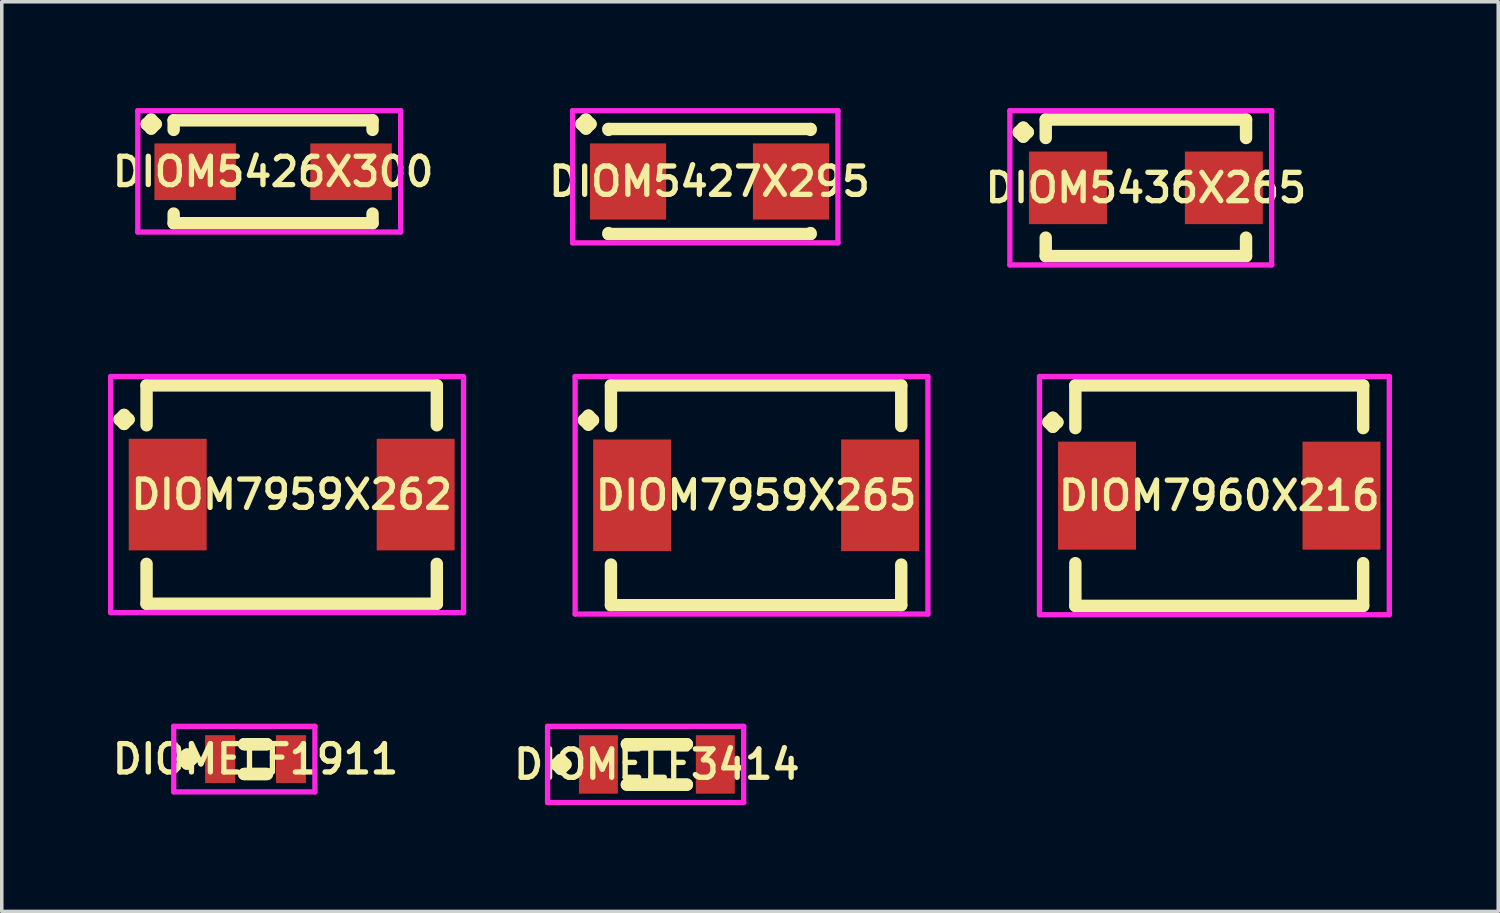
<source format=kicad_pcb>
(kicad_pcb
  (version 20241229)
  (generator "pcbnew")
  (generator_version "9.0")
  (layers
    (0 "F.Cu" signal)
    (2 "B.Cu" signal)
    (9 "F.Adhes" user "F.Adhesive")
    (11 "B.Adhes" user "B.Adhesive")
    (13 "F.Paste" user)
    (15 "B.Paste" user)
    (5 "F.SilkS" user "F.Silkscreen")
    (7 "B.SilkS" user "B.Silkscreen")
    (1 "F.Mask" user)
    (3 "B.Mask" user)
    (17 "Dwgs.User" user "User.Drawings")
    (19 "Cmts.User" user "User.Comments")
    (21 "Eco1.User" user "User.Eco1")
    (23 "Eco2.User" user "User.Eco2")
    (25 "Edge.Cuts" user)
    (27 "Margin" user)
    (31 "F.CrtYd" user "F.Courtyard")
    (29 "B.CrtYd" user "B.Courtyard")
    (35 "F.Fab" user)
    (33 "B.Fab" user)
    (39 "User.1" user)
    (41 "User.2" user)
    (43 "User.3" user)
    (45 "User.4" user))
  (footprint "DIOM5436X265"
    (layer "F.Cu")
    (at 29.296 2.252)
    (property "Reference" "DIOM5436X265" (at 0 0 0) (layer "F.SilkS") (effects (font (size 0.8 0.8) (thickness 0.15))))
    (attr smd)
    (fp_line (start -3.589 -1.571) (end -3.462 -1.698) (stroke (width 0.35) (type solid)) (layer "F.SilkS"))
    (fp_line (start -3.462 -1.698) (end -3.335 -1.571) (stroke (width 0.35) (type solid)) (layer "F.SilkS"))
    (fp_line (start -3.462 -1.444) (end -3.589 -1.571) (stroke (width 0.35) (type solid)) (layer "F.SilkS"))
    (fp_line (start -3.335 -1.571) (end -3.462 -1.444) (stroke (width 0.35) (type solid)) (layer "F.SilkS"))
    (fp_line (start -2.827 -1.927) (end 2.827 -1.927) (stroke (width 0.35) (type solid)) (layer "F.SilkS"))
    (fp_line (start -2.827 -1.406) (end -2.827 -1.927) (stroke (width 0.35) (type solid)) (layer "F.SilkS"))
    (fp_line (start -2.827 1.406) (end -2.827 1.927) (stroke (width 0.35) (type solid)) (layer "F.SilkS"))
    (fp_line (start -2.827 1.927) (end 2.827 1.927) (stroke (width 0.35) (type solid)) (layer "F.SilkS"))
    (fp_line (start 2.827 -1.927) (end 2.827 -1.406) (stroke (width 0.35) (type solid)) (layer "F.SilkS"))
    (fp_line (start 2.827 1.927) (end 2.827 1.406) (stroke (width 0.35) (type solid)) (layer "F.SilkS"))
    (fp_line (start -3.839 -2.177) (end 3.55 -2.177) (stroke (width 0.15) (type solid)) (layer "F.CrtYd"))
    (fp_line (start -3.839 2.177) (end -3.839 -2.177) (stroke (width 0.15) (type solid)) (layer "F.CrtYd"))
    (fp_line (start 3.55 -2.177) (end 3.55 2.177) (stroke (width 0.15) (type solid)) (layer "F.CrtYd"))
    (fp_line (start 3.55 2.177) (end -3.839 2.177) (stroke (width 0.15) (type solid)) (layer "F.CrtYd"))
    (pad "1" smd rect (at -2.2 0) (size 2.2 2.05) (layers "F.Cu" "F.Mask" "F.Paste"))
    (pad "2" smd rect (at 2.2 0) (size 2.2 2.05) (layers "F.Cu" "F.Mask" "F.Paste")))
  (footprint "DIOMELF3414"
    (layer "F.Cu")
    (at 15.492 18.528)
    (property "Reference" "DIOMELF3414" (at 0 0 0) (layer "F.SilkS") (effects (font (size 0.8 0.8) (thickness 0.15))))
    (attr smd)
    (fp_line (start -2.835 0) (end -2.708 -0.127) (stroke (width 0.35) (type solid)) (layer "F.SilkS"))
    (fp_line (start -2.708 -0.127) (end -2.581 0) (stroke (width 0.35) (type solid)) (layer "F.SilkS"))
    (fp_line (start -2.708 0.127) (end -2.835 0) (stroke (width 0.35) (type solid)) (layer "F.SilkS"))
    (fp_line (start -2.581 0) (end -2.708 0.127) (stroke (width 0.35) (type solid)) (layer "F.SilkS"))
    (fp_line (start -0.846 -0.571) (end 0.846 -0.571) (stroke (width 0.35) (type solid)) (layer "F.SilkS"))
    (fp_line (start -0.846 0.571) (end 0.846 0.571) (stroke (width 0.35) (type solid)) (layer "F.SilkS"))
    (fp_line (start 0.846 -0.571) (end -0.846 -0.571) (stroke (width 0.35) (type solid)) (layer "F.SilkS"))
    (fp_line (start 0.846 0.571) (end -0.846 0.571) (stroke (width 0.35) (type solid)) (layer "F.SilkS"))
    (fp_line (start -3.085 -1.075) (end 2.45 -1.075) (stroke (width 0.15) (type solid)) (layer "F.CrtYd"))
    (fp_line (start -3.085 1.075) (end -3.085 -1.075) (stroke (width 0.15) (type solid)) (layer "F.CrtYd"))
    (fp_line (start 2.45 -1.075) (end 2.45 1.075) (stroke (width 0.15) (type solid)) (layer "F.CrtYd"))
    (fp_line (start 2.45 1.075) (end -3.085 1.075) (stroke (width 0.15) (type solid)) (layer "F.CrtYd"))
    (pad "1" smd rect (at -1.65 0) (size 1.1 1.65) (layers "F.Cu" "F.Mask" "F.Paste"))
    (pad "2" smd rect (at 1.65 0) (size 1.1 1.65) (layers "F.Cu" "F.Mask" "F.Paste")))
  (footprint "DIOM5426X300"
    (layer "F.Cu")
    (at 4.659 1.798)
    (property "Reference" "DIOM5426X300" (at 0 0 0) (layer "F.SilkS") (effects (font (size 0.8 0.8) (thickness 0.15))))
    (attr smd)
    (fp_line (start -3.569 -1.346) (end -3.442 -1.473) (stroke (width 0.35) (type solid)) (layer "F.SilkS"))
    (fp_line (start -3.442 -1.473) (end -3.315 -1.346) (stroke (width 0.35) (type solid)) (layer "F.SilkS"))
    (fp_line (start -3.442 -1.219) (end -3.569 -1.346) (stroke (width 0.35) (type solid)) (layer "F.SilkS"))
    (fp_line (start -3.315 -1.346) (end -3.442 -1.219) (stroke (width 0.35) (type solid)) (layer "F.SilkS"))
    (fp_line (start -2.807 -1.452) (end 2.807 -1.452) (stroke (width 0.35) (type solid)) (layer "F.SilkS"))
    (fp_line (start -2.807 -1.181) (end -2.807 -1.452) (stroke (width 0.35) (type solid)) (layer "F.SilkS"))
    (fp_line (start -2.807 1.181) (end -2.807 1.452) (stroke (width 0.35) (type solid)) (layer "F.SilkS"))
    (fp_line (start -2.807 1.452) (end 2.807 1.452) (stroke (width 0.35) (type solid)) (layer "F.SilkS"))
    (fp_line (start 2.807 -1.452) (end 2.807 -1.181) (stroke (width 0.35) (type solid)) (layer "F.SilkS"))
    (fp_line (start 2.807 1.452) (end 2.807 1.181) (stroke (width 0.35) (type solid)) (layer "F.SilkS"))
    (fp_line (start -3.819 -1.723) (end 3.6 -1.723) (stroke (width 0.15) (type solid)) (layer "F.CrtYd"))
    (fp_line (start -3.819 1.702) (end -3.819 -1.723) (stroke (width 0.15) (type solid)) (layer "F.CrtYd"))
    (fp_line (start 3.6 -1.723) (end 3.6 1.702) (stroke (width 0.15) (type solid)) (layer "F.CrtYd"))
    (fp_line (start 3.6 1.702) (end -3.819 1.702) (stroke (width 0.15) (type solid)) (layer "F.CrtYd"))
    (pad "1" smd rect (at -2.2 0) (size 2.3 1.6) (layers "F.Cu" "F.Mask" "F.Paste"))
    (pad "2" smd rect (at 2.2 0) (size 2.3 1.6) (layers "F.Cu" "F.Mask" "F.Paste")))
  (footprint "DIOMELF1911"
    (layer "F.Cu")
    (at 4.164 18.378)
    (property "Reference" "DIOMELF1911" (at 0 0 0) (layer "F.SilkS") (effects (font (size 0.8 0.8) (thickness 0.15))))
    (attr smd)
    (fp_line (start -2.06 0) (end -1.933 -0.127) (stroke (width 0.35) (type solid)) (layer "F.SilkS"))
    (fp_line (start -1.933 -0.127) (end -1.806 0) (stroke (width 0.35) (type solid)) (layer "F.SilkS"))
    (fp_line (start -1.933 0.127) (end -2.06 0) (stroke (width 0.35) (type solid)) (layer "F.SilkS"))
    (fp_line (start -1.806 0) (end -1.933 0.127) (stroke (width 0.35) (type solid)) (layer "F.SilkS"))
    (fp_line (start -0.321 -0.421) (end 0.321 -0.421) (stroke (width 0.35) (type solid)) (layer "F.SilkS"))
    (fp_line (start -0.321 0.421) (end 0.321 0.421) (stroke (width 0.35) (type solid)) (layer "F.SilkS"))
    (fp_line (start 0.321 -0.421) (end -0.321 -0.421) (stroke (width 0.35) (type solid)) (layer "F.SilkS"))
    (fp_line (start 0.321 0.421) (end -0.321 0.421) (stroke (width 0.35) (type solid)) (layer "F.SilkS"))
    (fp_line (start -2.31 -0.925) (end 1.675 -0.925) (stroke (width 0.15) (type solid)) (layer "F.CrtYd"))
    (fp_line (start -2.31 0.925) (end -2.31 -0.925) (stroke (width 0.15) (type solid)) (layer "F.CrtYd"))
    (fp_line (start 1.675 -0.925) (end 1.675 0.925) (stroke (width 0.15) (type solid)) (layer "F.CrtYd"))
    (fp_line (start 1.675 0.925) (end -2.31 0.925) (stroke (width 0.15) (type solid)) (layer "F.CrtYd"))
    (pad "1" smd rect (at -1 0) (size 0.85 1.35) (layers "F.Cu" "F.Mask" "F.Paste"))
    (pad "2" smd rect (at 1 0) (size 0.85 1.35) (layers "F.Cu" "F.Mask" "F.Paste")))
  (footprint "DIOM7959X262"
    (layer "F.Cu")
    (at 5.184 10.911)
    (property "Reference" "DIOM7959X262" (at 0 0 0) (layer "F.SilkS") (effects (font (size 0.8 0.8) (thickness 0.15))))
    (attr smd)
    (fp_line (start -4.859 -2.121) (end -4.732 -2.248) (stroke (width 0.35) (type solid)) (layer "F.SilkS"))
    (fp_line (start -4.732 -2.248) (end -4.605 -2.121) (stroke (width 0.35) (type solid)) (layer "F.SilkS"))
    (fp_line (start -4.732 -1.994) (end -4.859 -2.121) (stroke (width 0.35) (type solid)) (layer "F.SilkS"))
    (fp_line (start -4.605 -2.121) (end -4.732 -1.994) (stroke (width 0.35) (type solid)) (layer "F.SilkS"))
    (fp_line (start -4.097 -3.082) (end 4.097 -3.082) (stroke (width 0.35) (type solid)) (layer "F.SilkS"))
    (fp_line (start -4.097 -1.956) (end -4.097 -3.082) (stroke (width 0.35) (type solid)) (layer "F.SilkS"))
    (fp_line (start -4.097 1.956) (end -4.097 3.082) (stroke (width 0.35) (type solid)) (layer "F.SilkS"))
    (fp_line (start -4.097 3.082) (end 4.097 3.082) (stroke (width 0.35) (type solid)) (layer "F.SilkS"))
    (fp_line (start 4.097 -3.082) (end 4.097 -1.956) (stroke (width 0.35) (type solid)) (layer "F.SilkS"))
    (fp_line (start 4.097 3.082) (end 4.097 1.956) (stroke (width 0.35) (type solid)) (layer "F.SilkS"))
    (fp_line (start -5.109 -3.332) (end 4.85 -3.332) (stroke (width 0.15) (type solid)) (layer "F.CrtYd"))
    (fp_line (start -5.109 3.332) (end -5.109 -3.332) (stroke (width 0.15) (type solid)) (layer "F.CrtYd"))
    (fp_line (start 4.85 -3.332) (end 4.85 3.332) (stroke (width 0.15) (type solid)) (layer "F.CrtYd"))
    (fp_line (start 4.85 3.332) (end -5.109 3.332) (stroke (width 0.15) (type solid)) (layer "F.CrtYd"))
    (pad "1" smd rect (at -3.5 0) (size 2.2 3.15) (layers "F.Cu" "F.Mask" "F.Paste"))
    (pad "2" smd rect (at 3.5 0) (size 2.2 3.15) (layers "F.Cu" "F.Mask" "F.Paste")))
  (footprint "DIOM7959X265"
    (layer "F.Cu")
    (at 18.293 10.931)
    (property "Reference" "DIOM7959X265" (at 0 0 0) (layer "F.SilkS") (effects (font (size 0.8 0.8) (thickness 0.15))))
    (attr smd)
    (fp_line (start -4.859 -2.121) (end -4.732 -2.248) (stroke (width 0.35) (type solid)) (layer "F.SilkS"))
    (fp_line (start -4.732 -2.248) (end -4.605 -2.121) (stroke (width 0.35) (type solid)) (layer "F.SilkS"))
    (fp_line (start -4.732 -1.994) (end -4.859 -2.121) (stroke (width 0.35) (type solid)) (layer "F.SilkS"))
    (fp_line (start -4.605 -2.121) (end -4.732 -1.994) (stroke (width 0.35) (type solid)) (layer "F.SilkS"))
    (fp_line (start -4.097 -3.102) (end 4.097 -3.102) (stroke (width 0.35) (type solid)) (layer "F.SilkS"))
    (fp_line (start -4.097 -1.956) (end -4.097 -3.102) (stroke (width 0.35) (type solid)) (layer "F.SilkS"))
    (fp_line (start -4.097 1.956) (end -4.097 3.102) (stroke (width 0.35) (type solid)) (layer "F.SilkS"))
    (fp_line (start -4.097 3.102) (end 4.097 3.102) (stroke (width 0.35) (type solid)) (layer "F.SilkS"))
    (fp_line (start 4.097 -3.102) (end 4.097 -1.956) (stroke (width 0.35) (type solid)) (layer "F.SilkS"))
    (fp_line (start 4.097 3.102) (end 4.097 1.956) (stroke (width 0.35) (type solid)) (layer "F.SilkS"))
    (fp_line (start -5.109 -3.352) (end 4.85 -3.352) (stroke (width 0.15) (type solid)) (layer "F.CrtYd"))
    (fp_line (start -5.109 3.352) (end -5.109 -3.352) (stroke (width 0.15) (type solid)) (layer "F.CrtYd"))
    (fp_line (start 4.85 -3.352) (end 4.85 3.352) (stroke (width 0.15) (type solid)) (layer "F.CrtYd"))
    (fp_line (start 4.85 3.352) (end -5.109 3.352) (stroke (width 0.15) (type solid)) (layer "F.CrtYd"))
    (pad "1" smd rect (at -3.5 0) (size 2.2 3.15) (layers "F.Cu" "F.Mask" "F.Paste"))
    (pad "2" smd rect (at 3.5 0) (size 2.2 3.15) (layers "F.Cu" "F.Mask" "F.Paste")))
  (footprint "DIOM7960X216"
    (layer "F.Cu")
    (at 31.367 10.941)
    (property "Reference" "DIOM7960X216" (at 0 0 0) (layer "F.SilkS") (effects (font (size 0.8 0.8) (thickness 0.15))))
    (attr smd)
    (fp_line (start -4.824 -2.071) (end -4.697 -2.198) (stroke (width 0.35) (type solid)) (layer "F.SilkS"))
    (fp_line (start -4.697 -2.198) (end -4.57 -2.071) (stroke (width 0.35) (type solid)) (layer "F.SilkS"))
    (fp_line (start -4.697 -1.944) (end -4.824 -2.071) (stroke (width 0.35) (type solid)) (layer "F.SilkS"))
    (fp_line (start -4.57 -2.071) (end -4.697 -1.944) (stroke (width 0.35) (type solid)) (layer "F.SilkS"))
    (fp_line (start -4.062 -3.112) (end 4.062 -3.112) (stroke (width 0.35) (type solid)) (layer "F.SilkS"))
    (fp_line (start -4.062 -1.906) (end -4.062 -3.112) (stroke (width 0.35) (type solid)) (layer "F.SilkS"))
    (fp_line (start -4.062 1.906) (end -4.062 3.112) (stroke (width 0.35) (type solid)) (layer "F.SilkS"))
    (fp_line (start -4.062 3.112) (end 4.062 3.112) (stroke (width 0.35) (type solid)) (layer "F.SilkS"))
    (fp_line (start 4.062 -3.112) (end 4.062 -1.906) (stroke (width 0.35) (type solid)) (layer "F.SilkS"))
    (fp_line (start 4.062 3.112) (end 4.062 1.906) (stroke (width 0.35) (type solid)) (layer "F.SilkS"))
    (fp_line (start -5.074 -3.362) (end 4.8 -3.362) (stroke (width 0.15) (type solid)) (layer "F.CrtYd"))
    (fp_line (start -5.074 3.362) (end -5.074 -3.362) (stroke (width 0.15) (type solid)) (layer "F.CrtYd"))
    (fp_line (start 4.8 -3.362) (end 4.8 3.362) (stroke (width 0.15) (type solid)) (layer "F.CrtYd"))
    (fp_line (start 4.8 3.362) (end -5.074 3.362) (stroke (width 0.15) (type solid)) (layer "F.CrtYd"))
    (pad "1" smd rect (at -3.45 0) (size 2.2 3.05) (layers "F.Cu" "F.Mask" "F.Paste"))
    (pad "2" smd rect (at 3.45 0) (size 2.2 3.05) (layers "F.Cu" "F.Mask" "F.Paste")))
  (footprint "DIOM5427X295"
    (layer "F.Cu")
    (at 16.978 2.073)
    (property "Reference" "DIOM5427X295" (at 0 0 0) (layer "F.SilkS") (effects (font (size 0.8 0.8) (thickness 0.15))))
    (attr smd)
    (fp_line (start -3.614 -1.621) (end -3.487 -1.748) (stroke (width 0.35) (type solid)) (layer "F.SilkS"))
    (fp_line (start -3.487 -1.748) (end -3.36 -1.621) (stroke (width 0.35) (type solid)) (layer "F.SilkS"))
    (fp_line (start -3.487 -1.494) (end -3.614 -1.621) (stroke (width 0.35) (type solid)) (layer "F.SilkS"))
    (fp_line (start -3.36 -1.621) (end -3.487 -1.494) (stroke (width 0.35) (type solid)) (layer "F.SilkS"))
    (fp_line (start -2.852 -1.482) (end 2.852 -1.482) (stroke (width 0.35) (type solid)) (layer "F.SilkS"))
    (fp_line (start -2.852 -1.456) (end -2.852 -1.482) (stroke (width 0.35) (type solid)) (layer "F.SilkS"))
    (fp_line (start -2.852 1.456) (end -2.852 1.482) (stroke (width 0.35) (type solid)) (layer "F.SilkS"))
    (fp_line (start -2.852 1.482) (end 2.852 1.482) (stroke (width 0.35) (type solid)) (layer "F.SilkS"))
    (fp_line (start 2.852 -1.482) (end 2.852 -1.456) (stroke (width 0.35) (type solid)) (layer "F.SilkS"))
    (fp_line (start 2.852 1.482) (end 2.852 1.456) (stroke (width 0.35) (type solid)) (layer "F.SilkS"))
    (fp_line (start -3.864 -1.998) (end 3.625 -1.998) (stroke (width 0.15) (type solid)) (layer "F.CrtYd"))
    (fp_line (start -3.864 1.732) (end -3.864 -1.998) (stroke (width 0.15) (type solid)) (layer "F.CrtYd"))
    (fp_line (start 3.625 -1.998) (end 3.625 1.732) (stroke (width 0.15) (type solid)) (layer "F.CrtYd"))
    (fp_line (start 3.625 1.732) (end -3.864 1.732) (stroke (width 0.15) (type solid)) (layer "F.CrtYd"))
    (pad "1" smd rect (at -2.3 0) (size 2.15 2.15) (layers "F.Cu" "F.Mask" "F.Paste"))
    (pad "2" smd rect (at 2.3 0) (size 2.15 2.15) (layers "F.Cu" "F.Mask" "F.Paste")))
  (gr_rect
    (start -3 -3)
    (end 39.242 22.678)
    (stroke (width 0.1) (type default))
    (fill no)
    (layer "Edge.Cuts")))
</source>
